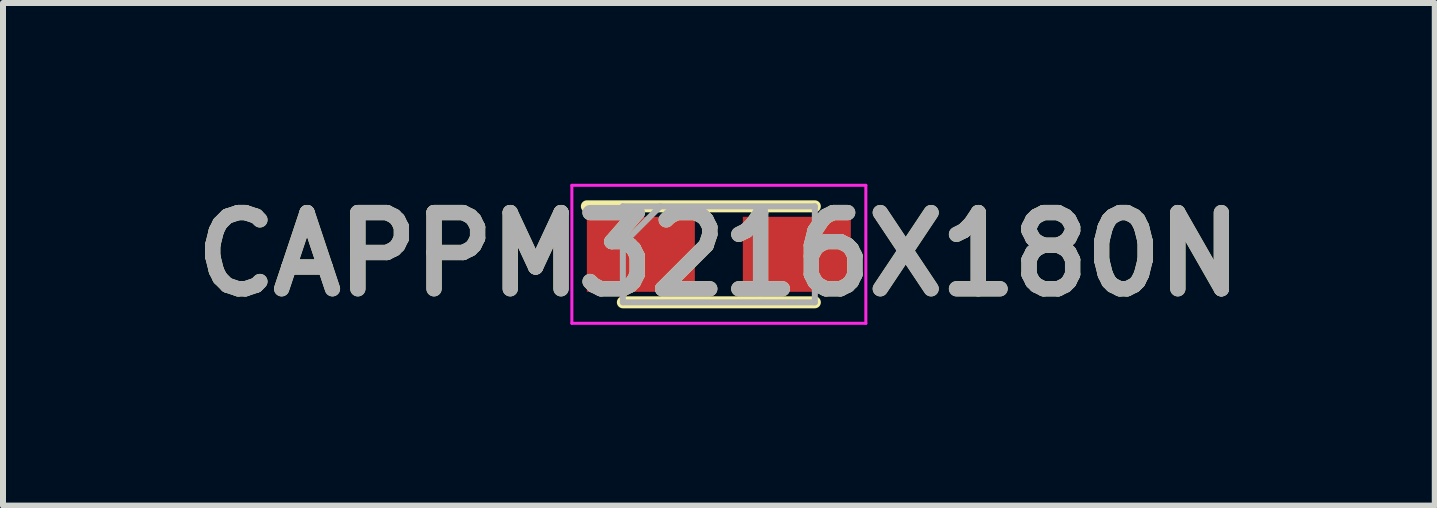
<source format=kicad_pcb>
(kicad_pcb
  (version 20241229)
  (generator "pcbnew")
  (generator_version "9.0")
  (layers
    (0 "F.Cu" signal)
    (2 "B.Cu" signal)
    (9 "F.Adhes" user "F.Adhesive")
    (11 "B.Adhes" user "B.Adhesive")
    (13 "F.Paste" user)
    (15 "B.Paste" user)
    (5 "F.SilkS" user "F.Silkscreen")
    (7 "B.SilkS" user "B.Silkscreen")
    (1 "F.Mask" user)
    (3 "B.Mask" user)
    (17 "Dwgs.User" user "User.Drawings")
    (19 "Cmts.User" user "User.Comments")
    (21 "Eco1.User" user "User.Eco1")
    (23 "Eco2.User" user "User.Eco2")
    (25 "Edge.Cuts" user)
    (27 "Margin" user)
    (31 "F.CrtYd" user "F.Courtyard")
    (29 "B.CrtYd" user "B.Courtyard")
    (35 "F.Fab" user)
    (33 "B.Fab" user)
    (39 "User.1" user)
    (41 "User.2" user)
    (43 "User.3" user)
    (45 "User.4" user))
  (footprint "CAPPM3216X180N"
    (layer "F.Cu")
    (at 8.932 1.189)
    (property "Reference" "CAPPM3216X180N" (at 0 0 0) (layer "F.SilkS") (effects (font (size 1.27 1.27) (thickness 0.254))))
    (attr smd)
    (fp_line (start -1.6 0.8) (end 1.6 0.8) (stroke (width 0.2) (type solid)) (layer "F.SilkS"))
    (fp_line (start 1.6 -0.8) (end -2.2 -0.8) (stroke (width 0.2) (type solid)) (layer "F.SilkS"))
    (fp_line (start -2.45 -1.15) (end 2.45 -1.15) (stroke (width 0.05) (type solid)) (layer "F.CrtYd"))
    (fp_line (start -2.45 1.15) (end -2.45 -1.15) (stroke (width 0.05) (type solid)) (layer "F.CrtYd"))
    (fp_line (start 2.45 -1.15) (end 2.45 1.15) (stroke (width 0.05) (type solid)) (layer "F.CrtYd"))
    (fp_line (start 2.45 1.15) (end -2.45 1.15) (stroke (width 0.05) (type solid)) (layer "F.CrtYd"))
    (fp_line (start -1.6 -0.8) (end 1.6 -0.8) (stroke (width 0.1) (type solid)) (layer "F.Fab"))
    (fp_line (start -1.6 -0.175) (end -0.975 -0.8) (stroke (width 0.1) (type solid)) (layer "F.Fab"))
    (fp_line (start -1.6 0.8) (end -1.6 -0.8) (stroke (width 0.1) (type solid)) (layer "F.Fab"))
    (fp_line (start 1.6 -0.8) (end 1.6 0.8) (stroke (width 0.1) (type solid)) (layer "F.Fab"))
    (fp_line (start 1.6 0.8) (end -1.6 0.8) (stroke (width 0.1) (type solid)) (layer "F.Fab"))
    (fp_text user "${REFERENCE}" (at 0 0 0) (layer "F.Fab") (effects (font (size 1.27 1.27) (thickness 0.254))))
    (pad "1" smd rect (at -1.3 0 90) (size 1.25 1.8) (layers "F.Cu" "F.Mask" "F.Paste"))
    (pad "2" smd rect (at 1.3 0 90) (size 1.25 1.8) (layers "F.Cu" "F.Mask" "F.Paste")))
  (gr_rect
    (start -3 -3)
    (end 20.865 5.377)
    (stroke (width 0.1) (type default))
    (fill no)
    (layer "Edge.Cuts")))
</source>
